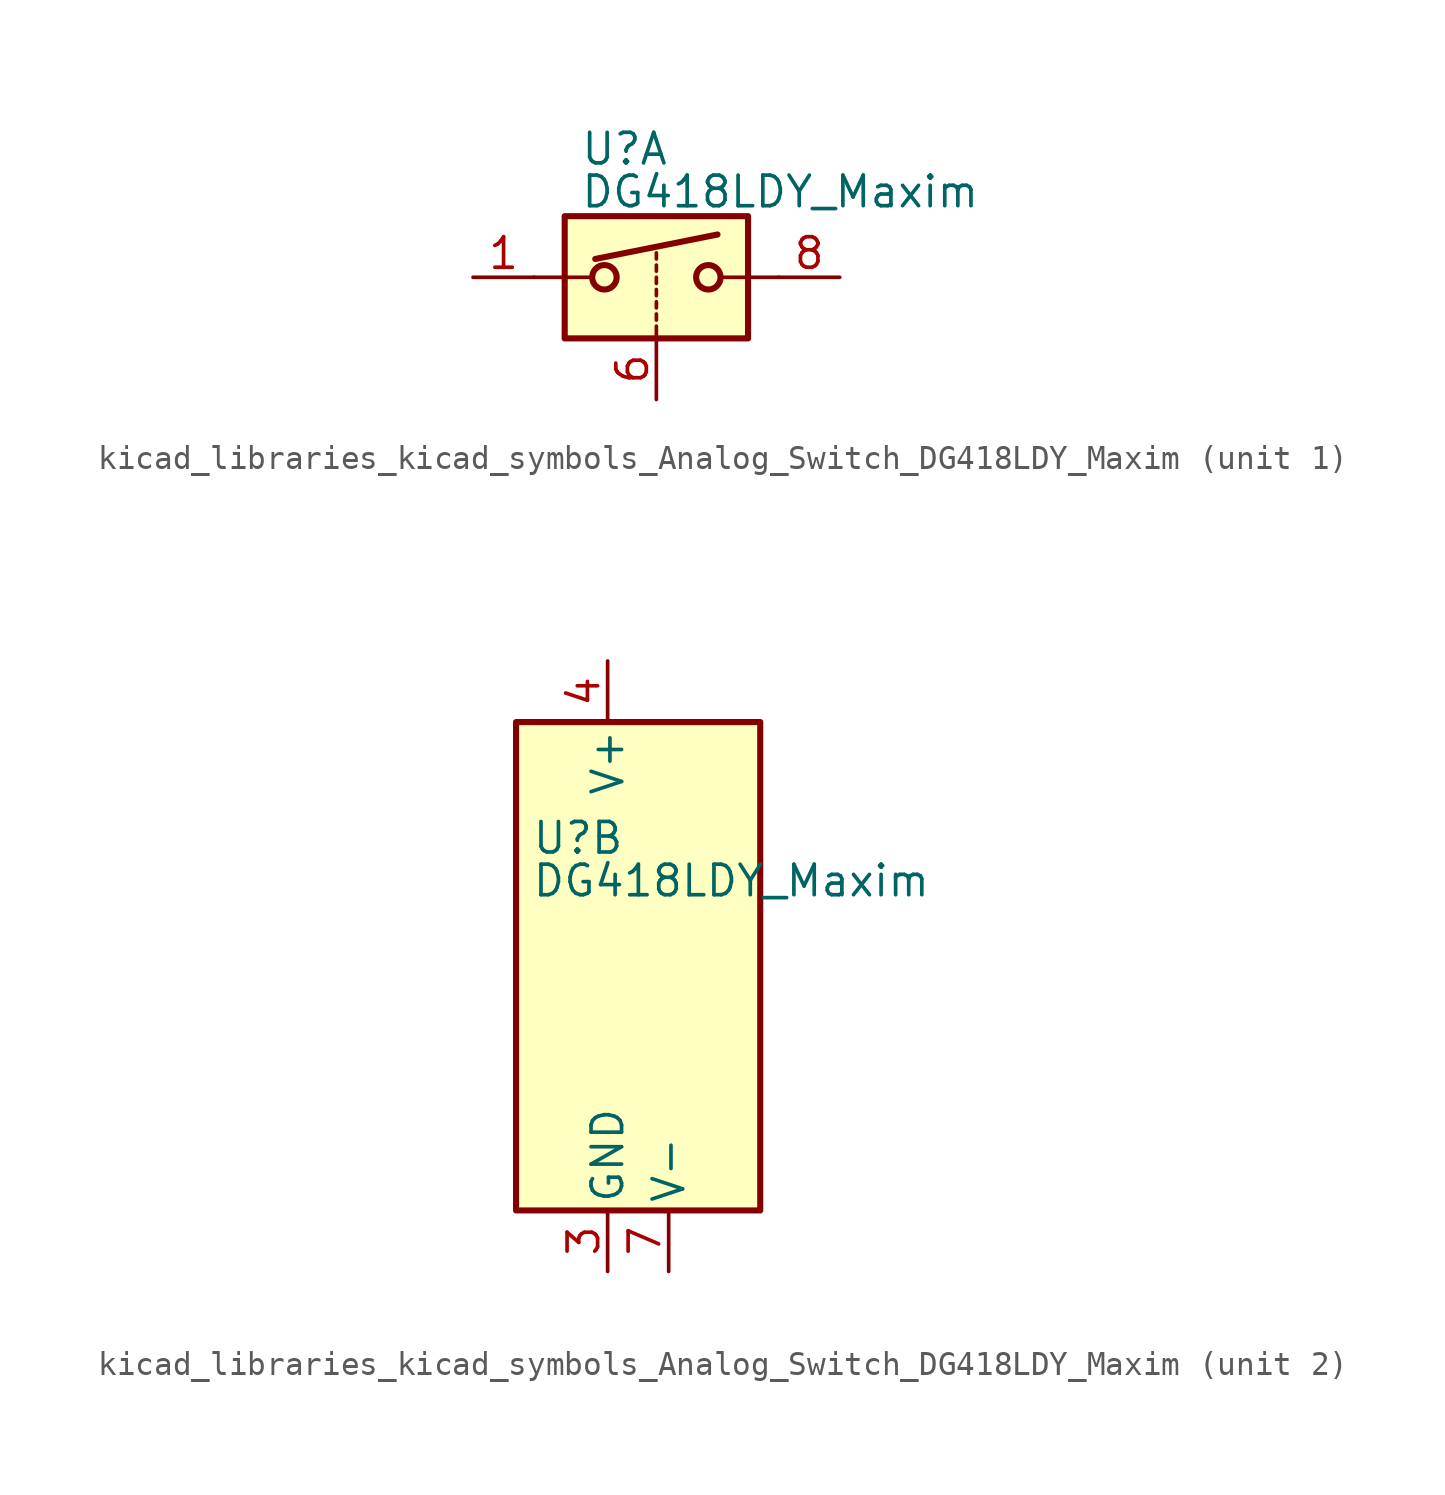
<source format=kicad_sym>
(kicad_symbol_lib
  (version 20220914)
  (generator kicad_symbol_editor)
  (symbol "kicad_libraries_kicad_symbols_Analog_Switch_DG418LDY_Maxim"
    (pin_names
      (offset 0.254))
    (property "Reference" "U"
      (at -3.175 5.334 0)
      (effects (font (size 1.27 1.27)) (justify left)))
    (property "Value" "DG418LDY_Maxim"
      (at -3.175 3.556 0)
      (effects (font (size 1.27 1.27)) (justify left)))
    (symbol "kicad_libraries_kicad_symbols_Analog_Switch_DG418LDY_Maxim_1_1"
      (rectangle (start -3.81 2.54) (end 3.81 -2.54) (stroke (width 0.254) (type default)) (fill (type background)))
      (circle (center -2.159 0) (radius 0.508) (stroke (width 0.254) (type default)) (fill (type none)))
      (polyline (pts (xy -5.08 0) (xy -2.794 0)) (stroke (width 0) (type default)) (fill (type none)))
      (polyline (pts (xy -2.54 0.762) (xy 2.54 1.778)) (stroke (width 0.254) (type default)) (fill (type none)))
      (polyline (pts (xy 0 -2.54) (xy 0 -2.032)) (stroke (width 0) (type default)) (fill (type none)))
      (polyline (pts (xy 0 -1.778) (xy 0 -1.524)) (stroke (width 0) (type default)) (fill (type none)))
      (polyline (pts (xy 0 -1.27) (xy 0 -1.016)) (stroke (width 0) (type default)) (fill (type none)))
      (polyline (pts (xy 0 -0.762) (xy 0 -0.508)) (stroke (width 0) (type default)) (fill (type none)))
      (polyline (pts (xy 0 -0.254) (xy 0 0)) (stroke (width 0) (type default)) (fill (type none)))
      (polyline (pts (xy 0 0.254) (xy 0 0.508)) (stroke (width 0) (type default)) (fill (type none)))
      (polyline (pts (xy 0 0.762) (xy 0 1.016)) (stroke (width 0) (type default)) (fill (type none)))
      (polyline (pts (xy 5.08 0) (xy 2.794 0)) (stroke (width 0) (type default)) (fill (type none)))
      (circle (center 2.159 0) (radius 0.508) (stroke (width 0.254) (type default)) (fill (type none)))
      (pin passive line (at -7.62 0 0) (length 2.54) (name "~" (effects (font (size 1.27 1.27)))) (number "1" (effects (font (size 1.27 1.27)))))
      (pin input line (at 0 -5.08 90) (length 2.54) (name "~" (effects (font (size 1.27 1.27)))) (number "6" (effects (font (size 1.27 1.27)))))
      (pin passive line (at 7.62 0 180) (length 2.54) (name "~" (effects (font (size 1.27 1.27)))) (number "8" (effects (font (size 1.27 1.27))))))
    (symbol "kicad_libraries_kicad_symbols_Analog_Switch_DG418LDY_Maxim_2_0"
      (pin no_connect line (at -2.54 10.16 270) (length 2.54) hide (name "NC" (effects (font (size 1.27 1.27)))) (number "2" (effects (font (size 1.27 1.27)))))
      (pin power_in line (at 0 -12.7 90) (length 2.54) (name "GND" (effects (font (size 1.27 1.27)))) (number "3" (effects (font (size 1.27 1.27)))))
      (pin power_in line (at 0 12.7 270) (length 2.54) (name "V+" (effects (font (size 1.27 1.27)))) (number "4" (effects (font (size 1.27 1.27)))))
      (pin no_connect line (at 2.54 10.16 270) (length 2.54) hide (name "NC" (effects (font (size 1.27 1.27)))) (number "5" (effects (font (size 1.27 1.27)))))
      (pin power_in line (at 2.54 -12.7 90) (length 2.54) (name "V-" (effects (font (size 1.27 1.27)))) (number "7" (effects (font (size 1.27 1.27))))))
    (symbol "kicad_libraries_kicad_symbols_Analog_Switch_DG418LDY_Maxim_2_1"
      (rectangle (start -3.81 10.16) (end 6.35 -10.16) (stroke (width 0.254) (type default)) (fill (type background))))))
</source>
